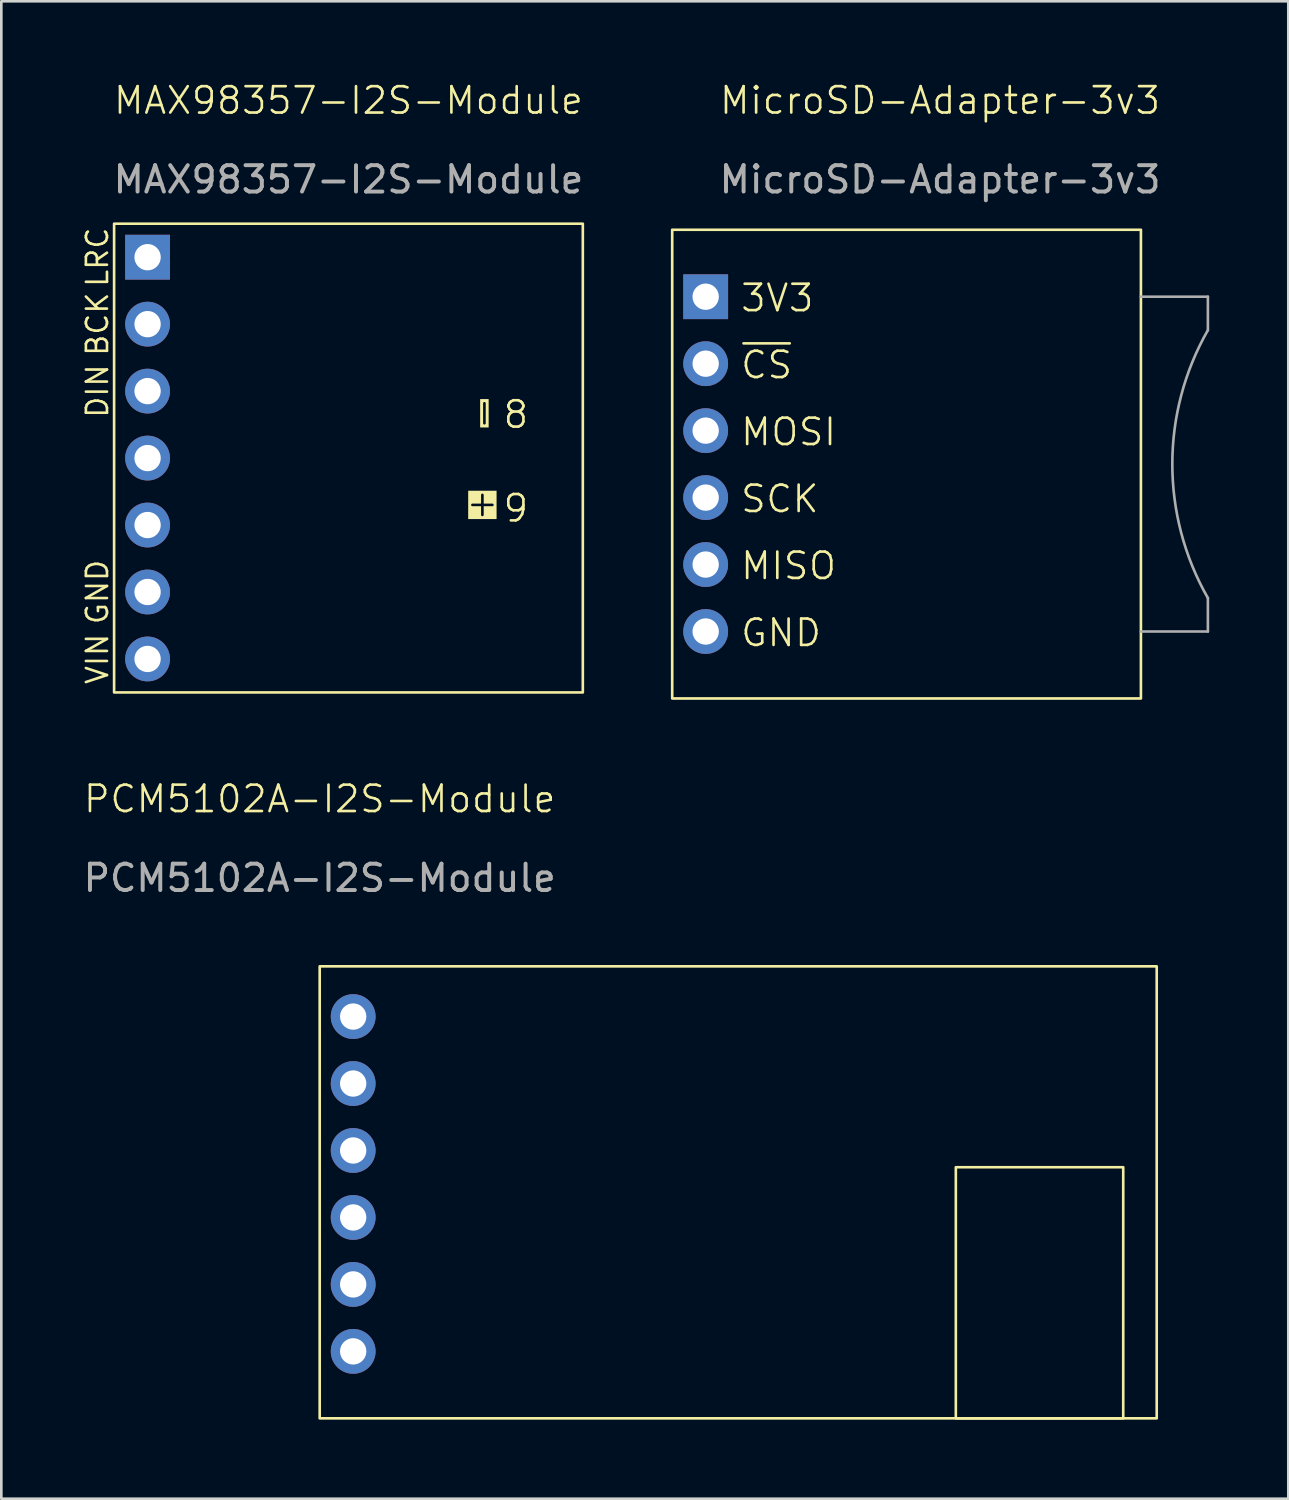
<source format=kicad_pcb>
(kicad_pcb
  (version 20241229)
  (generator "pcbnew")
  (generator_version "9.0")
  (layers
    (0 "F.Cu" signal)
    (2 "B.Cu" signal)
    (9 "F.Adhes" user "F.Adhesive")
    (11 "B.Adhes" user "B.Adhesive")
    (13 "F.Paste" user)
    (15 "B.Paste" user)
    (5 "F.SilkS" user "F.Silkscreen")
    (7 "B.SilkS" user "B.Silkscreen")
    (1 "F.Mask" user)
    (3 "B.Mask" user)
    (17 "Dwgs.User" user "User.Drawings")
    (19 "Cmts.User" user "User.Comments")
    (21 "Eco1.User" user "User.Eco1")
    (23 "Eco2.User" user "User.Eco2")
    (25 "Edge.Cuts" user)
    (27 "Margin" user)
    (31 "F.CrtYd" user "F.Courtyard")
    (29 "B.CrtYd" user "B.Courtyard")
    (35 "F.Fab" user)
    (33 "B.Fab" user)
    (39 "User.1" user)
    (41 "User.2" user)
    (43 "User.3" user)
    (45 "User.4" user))
  (footprint "MAX98357-I2S-Module"
    (layer "F.Cu")
    (at 10.168 13.691)
    (property "Reference" "MAX98357-I2S-Module" (at 0 -12.93 0) (unlocked yes) (layer "F.SilkS") (effects (font (size 1 1) (thickness 0.1))))
    (attr through_hole)
    (fp_rect (start -8.89 -8.255) (end 8.89 9.525) (stroke (width 0.1) (type default)) (fill no) (layer "F.SilkS"))
    (fp_text user "+" (at 5.08 2.335 0) (unlocked yes) (layer "F.SilkS" knockout) (effects (font (size 1 1) (thickness 0.1))))
    (fp_text user "-" (at 5.08 -1.065 90) (unlocked yes) (layer "F.SilkS" knockout) (effects (font (size 1 1) (thickness 0.1))))
    (fp_text user "LRC" (at -9.525 -6.985 90) (unlocked yes) (layer "F.SilkS") (effects (font (size 0.8 0.8) (thickness 0.1))))
    (fp_text user "DIN" (at -9.525 -1.905 90) (unlocked yes) (layer "F.SilkS") (effects (font (size 0.8 0.8) (thickness 0.1))))
    (fp_text user "8" (at 6.35 -1.016 0) (unlocked yes) (layer "F.SilkS") (effects (font (size 1 1) (thickness 0.1))))
    (fp_text user "BCK" (at -9.525 -4.445 90) (unlocked yes) (layer "F.SilkS") (effects (font (size 0.8 0.8) (thickness 0.1))))
    (fp_text user "9" (at 6.35 2.54 0) (unlocked yes) (layer "F.SilkS") (effects (font (size 1 1) (thickness 0.1))))
    (fp_text user "VIN" (at -9.525 8.255 90) (unlocked yes) (layer "F.SilkS") (effects (font (size 0.8 0.8) (thickness 0.1))))
    (fp_text user "GND" (at -9.525 5.715 90) (unlocked yes) (layer "F.SilkS") (effects (font (size 0.8 0.8) (thickness 0.1))))
    (fp_text user "${REFERENCE}" (at 0 -9.93 0) (unlocked yes) (layer "F.Fab") (effects (font (size 1 1) (thickness 0.15))))
    (pad "1" thru_hole rect (at -7.62 -6.985) (size 1.7 1.7) (drill 1) (layers "*.Cu" "*.Mask"))
    (pad "2" thru_hole circle (at -7.62 -4.445) (size 1.7 1.7) (drill 1) (layers "*.Cu" "*.Mask"))
    (pad "3" thru_hole circle (at -7.62 -1.905) (size 1.7 1.7) (drill 1) (layers "*.Cu" "*.Mask"))
    (pad "4" thru_hole circle (at -7.62 0.635) (size 1.7 1.7) (drill 1) (layers "*.Cu" "*.Mask"))
    (pad "5" thru_hole circle (at -7.62 3.175) (size 1.7 1.7) (drill 1) (layers "*.Cu" "*.Mask"))
    (pad "6" thru_hole circle (at -7.62 5.715) (size 1.7 1.7) (drill 1) (layers "*.Cu" "*.Mask"))
    (pad "7" thru_hole circle (at -7.62 8.255) (size 1.7 1.7) (drill 1) (layers "*.Cu" "*.Mask")))
  (footprint "PCM5102A-I2S-Module"
    (layer "F.Cu")
    (at 9.077 33.606)
    (property "Reference" "PCM5102A-I2S-Module" (at 0 -6.35 0) (unlocked yes) (layer "F.SilkS") (effects (font (size 1 1) (thickness 0.1))))
    (attr through_hole)
    (fp_rect (start 0 0) (end 31.75 17.145) (stroke (width 0.1) (type default)) (fill no) (layer "F.SilkS"))
    (fp_rect (start 24.13 7.62) (end 30.48 17.145) (stroke (width 0.1) (type default)) (fill no) (layer "F.SilkS"))
    (fp_text user "${REFERENCE}" (at 0 -3.35 0) (unlocked yes) (layer "F.Fab") (effects (font (size 1 1) (thickness 0.15))))
    (pad "1" thru_hole circle (at 1.27 1.905) (size 1.7 1.7) (drill 1) (layers "*.Cu" "*.Mask"))
    (pad "2" thru_hole circle (at 1.27 4.445) (size 1.7 1.7) (drill 1) (layers "*.Cu" "*.Mask"))
    (pad "3" thru_hole circle (at 1.27 6.985) (size 1.7 1.7) (drill 1) (layers "*.Cu" "*.Mask"))
    (pad "4" thru_hole circle (at 1.27 9.525) (size 1.7 1.7) (drill 1) (layers "*.Cu" "*.Mask"))
    (pad "5" thru_hole circle (at 1.27 12.065) (size 1.7 1.7) (drill 1) (layers "*.Cu" "*.Mask"))
    (pad "6" thru_hole circle (at 1.27 14.605) (size 1.7 1.7) (drill 1) (layers "*.Cu" "*.Mask")))
  (footprint "MicroSD-Adapter-3v3"
    (layer "F.Cu")
    (at 22.448 5.665)
    (property "Reference" "MicroSD-Adapter-3v3" (at 10.16 -4.905 0) (unlocked yes) (layer "F.SilkS") (effects (font (size 1 1) (thickness 0.1))))
    (attr through_hole)
    (fp_rect (start 0 0) (end 17.78 17.78) (stroke (width 0.1) (type default)) (fill no) (layer "F.SilkS"))
    (fp_line (start 17.78 2.54) (end 20.32 2.54) (stroke (width 0.1) (type default)) (layer "F.Fab"))
    (fp_line (start 17.78 15.24) (end 20.32 15.24) (stroke (width 0.1) (type default)) (layer "F.Fab"))
    (fp_line (start 20.32 2.54) (end 20.32 3.81) (stroke (width 0.1) (type default)) (layer "F.Fab"))
    (fp_line (start 20.32 15.24) (end 20.32 13.97) (stroke (width 0.1) (type default)) (layer "F.Fab"))
    (fp_arc (start 20.32 13.97) (mid 18.970933 8.89) (end 20.32 3.81) (stroke (width 0.1) (type default)) (layer "F.Fab"))
    (fp_text user "SCK" (at 2.54 10.795 0) (unlocked yes) (layer "F.SilkS") (effects (font (size 1 1) (thickness 0.1)) (justify left bottom)))
    (fp_text user "~{CS}" (at 2.54 5.715 0) (unlocked yes) (layer "F.SilkS") (effects (font (size 1 1) (thickness 0.1)) (justify left bottom)))
    (fp_text user "MOSI" (at 2.54 8.255 0) (unlocked yes) (layer "F.SilkS") (effects (font (size 1 1) (thickness 0.1)) (justify left bottom)))
    (fp_text user "MISO" (at 2.54 13.335 0) (unlocked yes) (layer "F.SilkS") (effects (font (size 1 1) (thickness 0.1)) (justify left bottom)))
    (fp_text user "3V3" (at 2.54 3.175 0) (unlocked yes) (layer "F.SilkS") (effects (font (size 1 1) (thickness 0.1)) (justify left bottom)))
    (fp_text user "GND" (at 2.54 15.875 0) (unlocked yes) (layer "F.SilkS") (effects (font (size 1 1) (thickness 0.1)) (justify left bottom)))
    (fp_text user "${REFERENCE}" (at 10.16 -1.905 0) (unlocked yes) (layer "F.Fab") (effects (font (size 1 1) (thickness 0.15))))
    (pad "1" thru_hole rect (at 1.27 2.54) (size 1.7 1.7) (drill 1) (layers "*.Cu" "*.Mask"))
    (pad "2" thru_hole circle (at 1.27 5.08) (size 1.7 1.7) (drill 1) (layers "*.Cu" "*.Mask"))
    (pad "3" thru_hole circle (at 1.27 7.62) (size 1.7 1.7) (drill 1) (layers "*.Cu" "*.Mask"))
    (pad "4" thru_hole circle (at 1.27 10.16) (size 1.7 1.7) (drill 1) (layers "*.Cu" "*.Mask"))
    (pad "5" thru_hole circle (at 1.27 12.7) (size 1.7 1.7) (drill 1) (layers "*.Cu" "*.Mask"))
    (pad "6" thru_hole circle (at 1.27 15.24) (size 1.7 1.7) (drill 1) (layers "*.Cu" "*.Mask")))
  (gr_rect
    (start -3 -3)
    (end 45.818 53.801)
    (stroke (width 0.1) (type default))
    (fill no)
    (layer "Edge.Cuts")))
</source>
